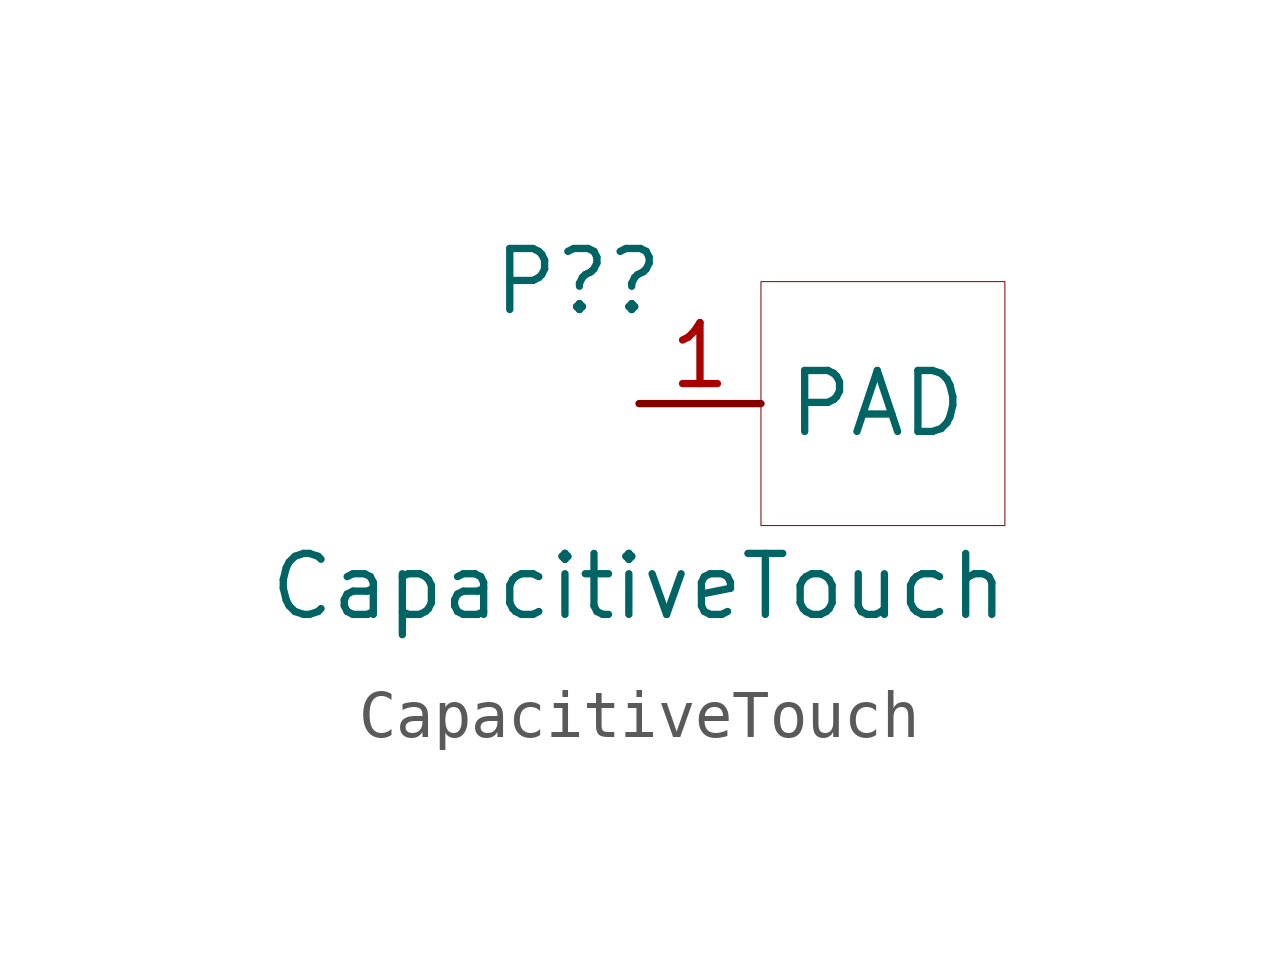
<source format=kicad_sym>
(kicad_symbol_lib
  (version 20201005)
  (generator kicad_symbol_editor)
  (symbol "04-Owl:CapacitiveTouch"
    (property "Reference" "P?"
      (at -1.27 2.54 0)
      (effects (font (size 1.27 1.27))))
    (property "Value" "CapacitiveTouch"
      (at 0 -3.81 0)
      (effects (font (size 1.27 1.27))))
    (symbol "CapacitiveTouch_0_1"
      (rectangle (start 2.54 2.54) (end 7.62 -2.54) (stroke (width 0.001)) (fill (type none))))
    (symbol "CapacitiveTouch_1_1"
      (pin input line (at 0 0 0) (length 2.54) (name "PAD" (effects (font (size 1.27 1.27)))) (number "1" (effects (font (size 1.27 1.27))))))))
</source>
